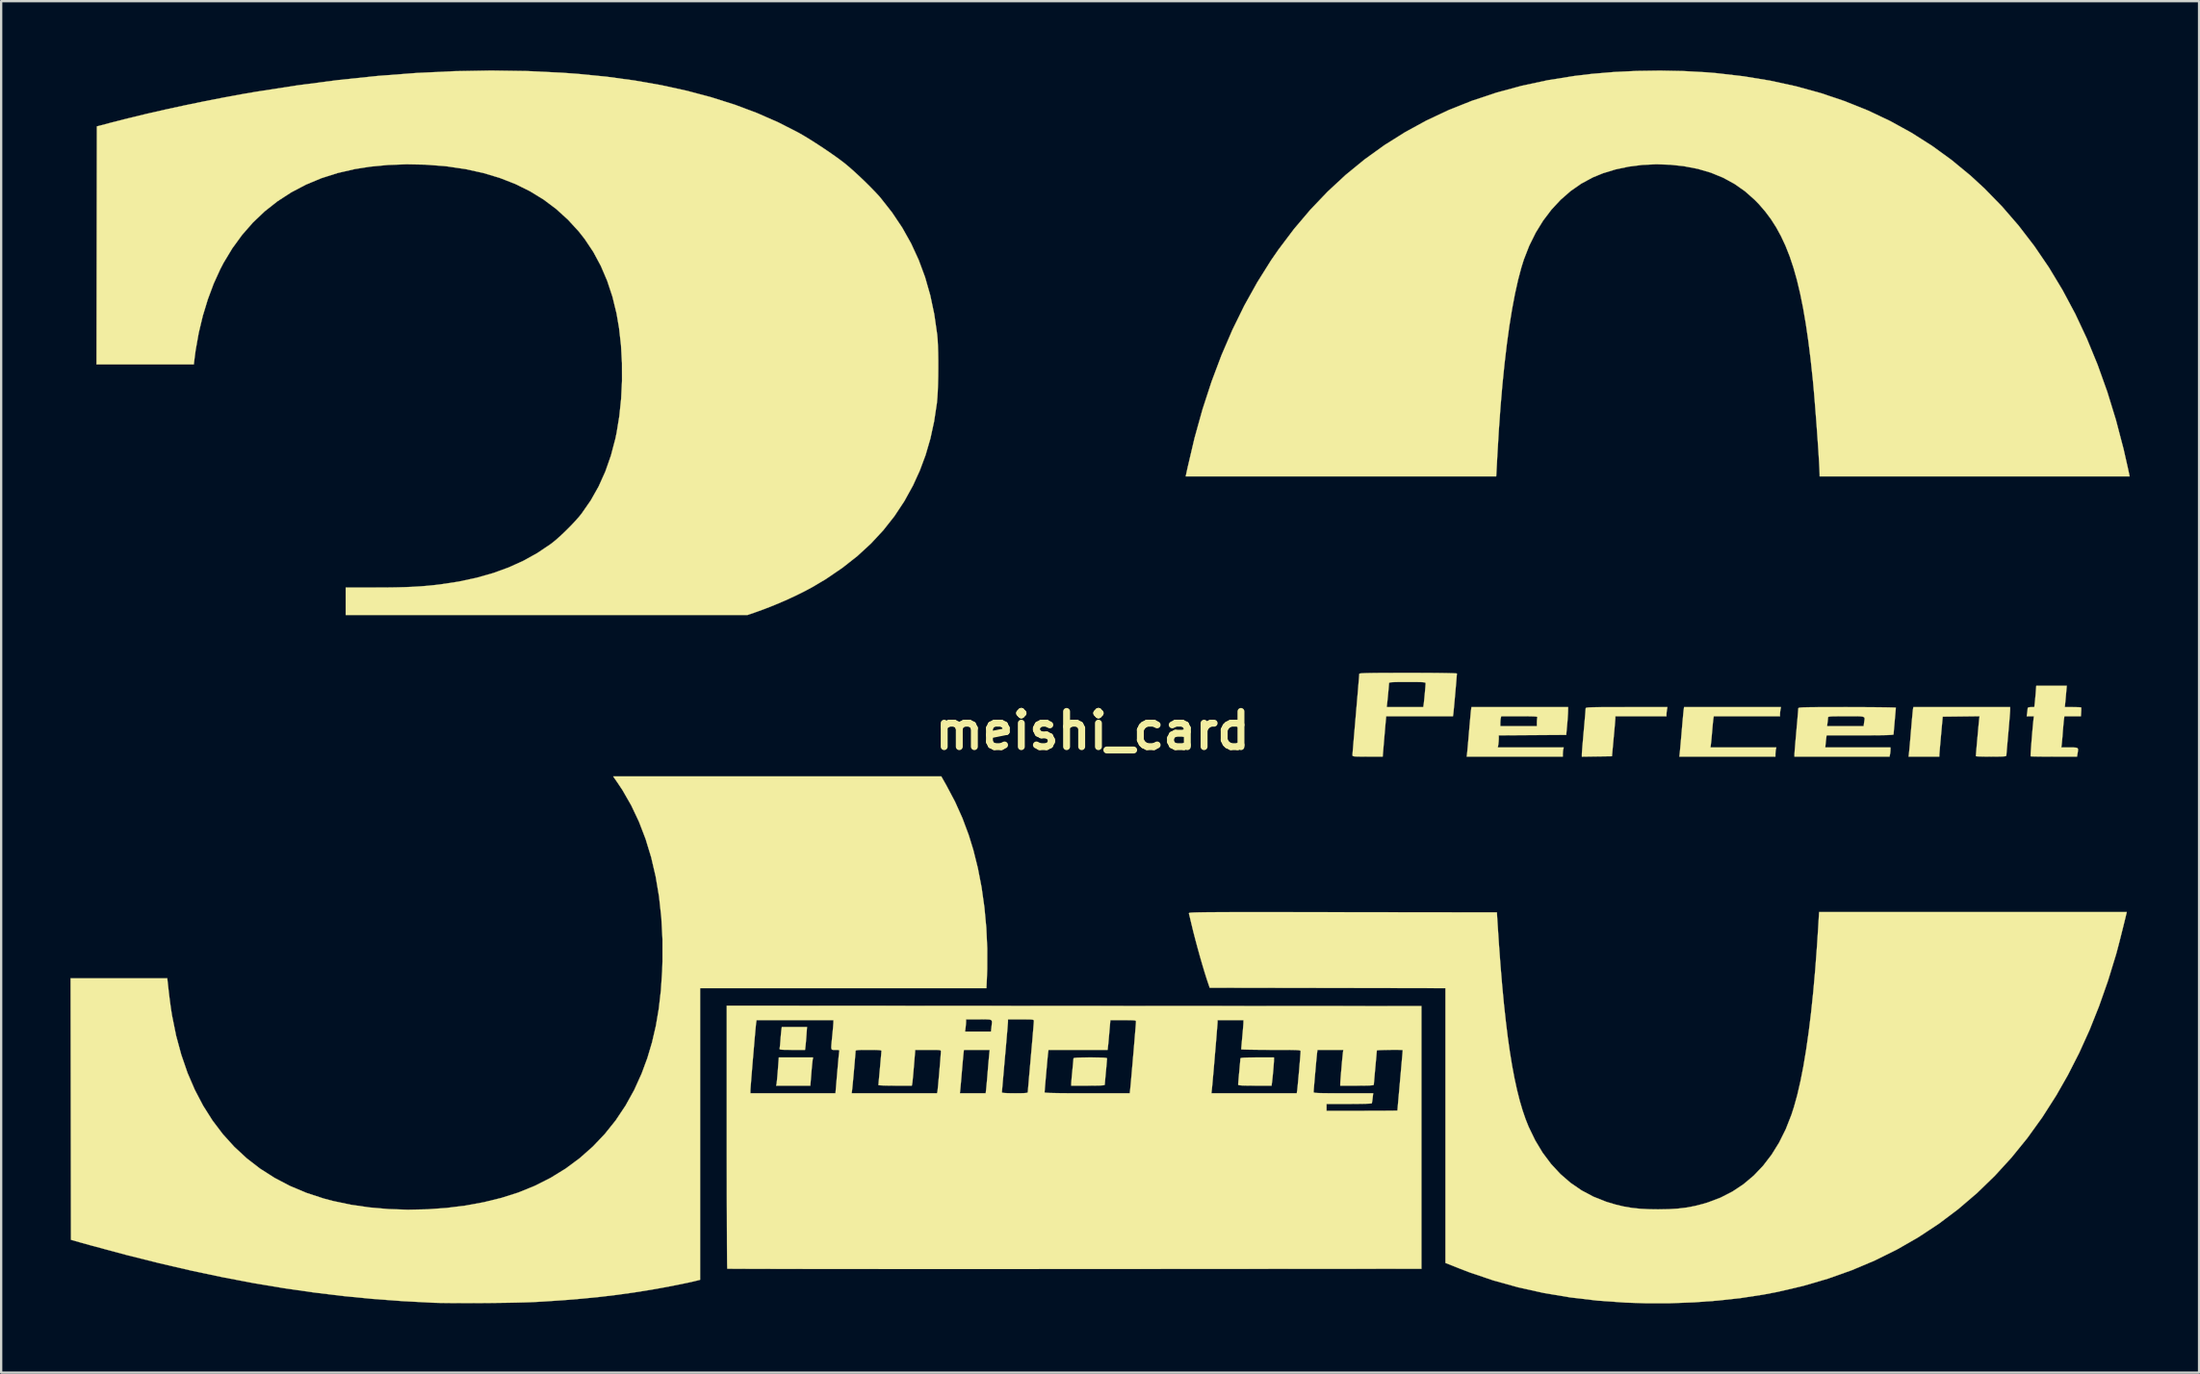
<source format=kicad_pcb>
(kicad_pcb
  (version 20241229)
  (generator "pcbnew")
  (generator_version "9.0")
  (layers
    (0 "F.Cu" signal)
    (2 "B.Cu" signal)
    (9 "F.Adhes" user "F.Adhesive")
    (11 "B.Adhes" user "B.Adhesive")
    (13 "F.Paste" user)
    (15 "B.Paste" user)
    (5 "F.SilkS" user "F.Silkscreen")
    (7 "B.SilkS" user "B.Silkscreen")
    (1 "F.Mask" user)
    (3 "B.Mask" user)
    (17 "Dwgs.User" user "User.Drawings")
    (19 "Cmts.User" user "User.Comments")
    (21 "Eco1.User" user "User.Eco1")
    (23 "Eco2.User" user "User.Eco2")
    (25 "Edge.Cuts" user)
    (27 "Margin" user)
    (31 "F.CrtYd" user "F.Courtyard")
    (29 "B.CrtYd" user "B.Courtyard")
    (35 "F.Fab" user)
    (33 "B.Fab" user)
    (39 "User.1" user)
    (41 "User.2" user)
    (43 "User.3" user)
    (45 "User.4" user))
  (footprint "meishi_card"
    (layer "F.Cu")
    (at 44.241 28.599)
    (property "Reference" "meishi_card" (at 0 0 0) (layer "F.SilkS") (effects (font (size 1.524 1.524) (thickness 0.3))))
    (attr through_hole)
    (fp_poly (pts (xy -12.117 14.259) (xy -12.126 14.329) (xy -12.139 14.45) (xy -12.154 14.608) (xy -12.17 14.788) (xy -12.176 14.869) (xy -12.217 15.372) (xy -13.697 15.372) (xy -13.679 15.298) (xy -13.671 15.24) (xy -13.659 15.13) (xy -13.645 14.981) (xy -13.63 14.804) (xy -13.621 14.687) (xy -13.58 14.151) (xy -12.099 14.151) (xy -12.117 14.259)) (stroke (width 0.01) (type solid)) (fill yes) (layer "F.SilkS"))
    (fp_poly (pts (xy -12.383 13.154) (xy -12.395 13.317) (xy -12.408 13.477) (xy -12.421 13.609) (xy -12.425 13.648) (xy -12.445 13.822) (xy -13.004 13.822) (xy -13.208 13.821) (xy -13.355 13.819) (xy -13.453 13.815) (xy -13.513 13.807) (xy -13.541 13.794) (xy -13.548 13.777) (xy -13.546 13.764) (xy -13.537 13.706) (xy -13.525 13.601) (xy -13.514 13.468) (xy -13.509 13.409) (xy -13.498 13.256) (xy -13.485 13.11) (xy -13.473 12.996) (xy -13.47 12.972) (xy -13.451 12.832) (xy -12.36 12.832) (xy -12.383 13.154)) (stroke (width 0.01) (type solid)) (fill yes) (layer "F.SilkS"))
    (fp_poly (pts (xy 7.851 14.261) (xy 7.848 14.342) (xy 7.839 14.472) (xy 7.826 14.633) (xy 7.81 14.809) (xy 7.794 14.983) (xy 7.777 15.137) (xy 7.766 15.232) (xy 7.748 15.372) (xy 7.024 15.372) (xy 6.776 15.371) (xy 6.587 15.368) (xy 6.451 15.363) (xy 6.363 15.355) (xy 6.315 15.344) (xy 6.301 15.331) (xy 6.304 15.285) (xy 6.312 15.186) (xy 6.324 15.046) (xy 6.339 14.876) (xy 6.35 14.762) (xy 6.366 14.58) (xy 6.381 14.42) (xy 6.392 14.294) (xy 6.398 14.214) (xy 6.399 14.193) (xy 6.414 14.179) (xy 6.464 14.168) (xy 6.555 14.16) (xy 6.693 14.155) (xy 6.884 14.152) (xy 7.125 14.151) (xy 7.851 14.151) (xy 7.851 14.261)) (stroke (width 0.01) (type solid)) (fill yes) (layer "F.SilkS"))
    (fp_poly (pts (xy 29.775 -0.92) (xy 29.76 -0.811) (xy 29.754 -0.722) (xy 29.754 -0.627) (xy 26.887 -0.627) (xy 26.87 -0.52) (xy 26.861 -0.445) (xy 26.848 -0.322) (xy 26.834 -0.168) (xy 26.819 0) (xy 26.804 0.175) (xy 26.789 0.342) (xy 26.775 0.481) (xy 26.765 0.569) (xy 26.746 0.726) (xy 29.597 0.726) (xy 29.577 0.8) (xy 29.563 0.884) (xy 29.557 0.988) (xy 29.557 0.998) (xy 29.556 1.122) (xy 25.398 1.122) (xy 25.416 0.965) (xy 25.424 0.887) (xy 25.436 0.755) (xy 25.452 0.581) (xy 25.47 0.376) (xy 25.49 0.152) (xy 25.5 0.033) (xy 25.519 -0.195) (xy 25.538 -0.409) (xy 25.555 -0.597) (xy 25.569 -0.749) (xy 25.58 -0.851) (xy 25.583 -0.882) (xy 25.602 -1.023) (xy 29.796 -1.023) (xy 29.775 -0.92)) (stroke (width 0.01) (type solid)) (fill yes) (layer "F.SilkS"))
    (fp_poly (pts (xy 0.15 14.152) (xy 0.339 14.155) (xy 0.475 14.16) (xy 0.564 14.168) (xy 0.612 14.179) (xy 0.626 14.193) (xy 0.623 14.238) (xy 0.615 14.337) (xy 0.603 14.478) (xy 0.588 14.648) (xy 0.577 14.762) (xy 0.56 14.943) (xy 0.546 15.103) (xy 0.535 15.23) (xy 0.529 15.31) (xy 0.528 15.331) (xy 0.513 15.345) (xy 0.463 15.356) (xy 0.372 15.363) (xy 0.235 15.368) (xy 0.044 15.371) (xy -0.198 15.372) (xy -0.924 15.372) (xy -0.923 15.281) (xy -0.919 15.216) (xy -0.91 15.101) (xy -0.897 14.948) (xy -0.88 14.774) (xy -0.874 14.712) (xy -0.857 14.539) (xy -0.843 14.388) (xy -0.832 14.272) (xy -0.826 14.204) (xy -0.826 14.193) (xy -0.81 14.179) (xy -0.76 14.168) (xy -0.669 14.16) (xy -0.531 14.155) (xy -0.339 14.152) (xy -0.099 14.151) (xy 0.15 14.152)) (stroke (width 0.01) (type solid)) (fill yes) (layer "F.SilkS"))
    (fp_poly (pts (xy 24.86 -0.899) (xy 24.846 -0.796) (xy 24.84 -0.708) (xy 24.84 -0.701) (xy 24.839 -0.627) (xy 22.629 -0.627) (xy 22.627 -0.536) (xy 22.623 -0.478) (xy 22.614 -0.365) (xy 22.601 -0.207) (xy 22.584 -0.015) (xy 22.564 0.2) (xy 22.552 0.33) (xy 22.481 1.105) (xy 21.829 1.114) (xy 21.178 1.123) (xy 21.178 1.025) (xy 21.181 0.968) (xy 21.189 0.854) (xy 21.201 0.693) (xy 21.218 0.496) (xy 21.237 0.271) (xy 21.259 0.028) (xy 21.26 0.013) (xy 21.282 -0.228) (xy 21.301 -0.45) (xy 21.318 -0.643) (xy 21.331 -0.799) (xy 21.339 -0.907) (xy 21.343 -0.96) (xy 21.343 -0.962) (xy 21.345 -0.975) (xy 21.356 -0.986) (xy 21.38 -0.996) (xy 21.422 -1.003) (xy 21.488 -1.009) (xy 21.584 -1.014) (xy 21.713 -1.017) (xy 21.882 -1.02) (xy 22.095 -1.021) (xy 22.358 -1.022) (xy 22.676 -1.022) (xy 23.054 -1.023) (xy 23.112 -1.023) (xy 24.881 -1.023) (xy 24.86 -0.899)) (stroke (width 0.01) (type solid)) (fill yes) (layer "F.SilkS"))
    (fp_poly (pts (xy 20.581 -0.849) (xy 20.577 -0.749) (xy 20.568 -0.602) (xy 20.556 -0.428) (xy 20.54 -0.249) (xy 20.54 -0.247) (xy 20.501 0.181) (xy 17.582 0.199) (xy 17.582 0.338) (xy 17.576 0.464) (xy 17.563 0.588) (xy 17.561 0.602) (xy 17.54 0.726) (xy 20.394 0.726) (xy 20.374 0.8) (xy 20.36 0.884) (xy 20.354 0.988) (xy 20.353 0.998) (xy 20.353 1.122) (xy 16.194 1.122) (xy 16.213 0.965) (xy 16.221 0.887) (xy 16.233 0.755) (xy 16.249 0.581) (xy 16.267 0.376) (xy 16.286 0.152) (xy 16.296 0.033) (xy 16.316 -0.195) (xy 16.316 -0.198) (xy 17.648 -0.198) (xy 19.231 -0.198) (xy 19.231 -0.36) (xy 19.235 -0.467) (xy 19.245 -0.551) (xy 19.251 -0.575) (xy 19.252 -0.591) (xy 19.235 -0.604) (xy 19.193 -0.613) (xy 19.118 -0.619) (xy 19.003 -0.623) (xy 18.842 -0.626) (xy 18.625 -0.627) (xy 18.48 -0.627) (xy 17.689 -0.627) (xy 17.669 -0.553) (xy 17.656 -0.472) (xy 17.649 -0.364) (xy 17.649 -0.338) (xy 17.648 -0.198) (xy 16.316 -0.198) (xy 16.335 -0.409) (xy 16.352 -0.597) (xy 16.366 -0.749) (xy 16.376 -0.851) (xy 16.38 -0.882) (xy 16.399 -1.023) (xy 20.584 -1.023) (xy 20.581 -0.849)) (stroke (width 0.01) (type solid)) (fill yes) (layer "F.SilkS"))
    (fp_poly (pts (xy 39.716 -0.909) (xy 39.713 -0.847) (xy 39.705 -0.729) (xy 39.692 -0.565) (xy 39.676 -0.364) (xy 39.657 -0.137) (xy 39.635 0.107) (xy 39.634 0.119) (xy 39.612 0.359) (xy 39.593 0.579) (xy 39.576 0.769) (xy 39.563 0.922) (xy 39.555 1.027) (xy 39.551 1.076) (xy 39.551 1.077) (xy 39.539 1.093) (xy 39.498 1.105) (xy 39.421 1.113) (xy 39.299 1.118) (xy 39.127 1.121) (xy 38.896 1.122) (xy 38.892 1.122) (xy 38.691 1.121) (xy 38.515 1.118) (xy 38.374 1.114) (xy 38.276 1.108) (xy 38.233 1.102) (xy 38.232 1.101) (xy 38.235 1.056) (xy 38.243 0.957) (xy 38.255 0.815) (xy 38.27 0.641) (xy 38.287 0.447) (xy 38.306 0.244) (xy 38.324 0.044) (xy 38.341 -0.143) (xy 38.356 -0.304) (xy 38.368 -0.429) (xy 38.376 -0.506) (xy 38.378 -0.52) (xy 38.393 -0.628) (xy 37.595 -0.619) (xy 36.797 -0.61) (xy 36.725 0.181) (xy 36.705 0.407) (xy 36.686 0.614) (xy 36.671 0.791) (xy 36.659 0.93) (xy 36.652 1.02) (xy 36.651 1.047) (xy 36.649 1.122) (xy 35.321 1.122) (xy 35.341 0.948) (xy 35.349 0.867) (xy 35.362 0.732) (xy 35.378 0.553) (xy 35.396 0.343) (xy 35.415 0.113) (xy 35.429 -0.049) (xy 35.449 -0.28) (xy 35.467 -0.491) (xy 35.484 -0.674) (xy 35.498 -0.818) (xy 35.508 -0.914) (xy 35.513 -0.948) (xy 35.528 -1.023) (xy 39.716 -1.023) (xy 39.716 -0.909)) (stroke (width 0.01) (type solid)) (fill yes) (layer "F.SilkS"))
    (fp_poly (pts (xy 42.144 -1.691) (xy 42.13 -1.53) (xy 42.115 -1.361) (xy 42.102 -1.229) (xy 42.082 -1.023) (xy 42.428 -1.023) (xy 42.572 -1.021) (xy 42.689 -1.018) (xy 42.765 -1.013) (xy 42.787 -1.009) (xy 42.793 -0.971) (xy 42.793 -0.888) (xy 42.789 -0.811) (xy 42.778 -0.627) (xy 42.064 -0.627) (xy 42.046 -0.503) (xy 42.036 -0.425) (xy 42.024 -0.297) (xy 42.01 -0.135) (xy 41.995 0.042) (xy 41.992 0.082) (xy 41.979 0.258) (xy 41.965 0.417) (xy 41.953 0.544) (xy 41.944 0.624) (xy 41.943 0.635) (xy 41.928 0.726) (xy 42.29 0.726) (xy 42.455 0.726) (xy 42.564 0.732) (xy 42.626 0.751) (xy 42.653 0.792) (xy 42.653 0.862) (xy 42.636 0.969) (xy 42.631 0.998) (xy 42.611 1.122) (xy 41.614 1.122) (xy 41.365 1.121) (xy 41.137 1.12) (xy 40.939 1.118) (xy 40.78 1.115) (xy 40.667 1.112) (xy 40.609 1.108) (xy 40.603 1.107) (xy 40.602 1.072) (xy 40.606 0.981) (xy 40.614 0.846) (xy 40.626 0.677) (xy 40.64 0.485) (xy 40.657 0.279) (xy 40.674 0.071) (xy 40.692 -0.129) (xy 40.709 -0.311) (xy 40.722 -0.437) (xy 40.742 -0.627) (xy 40.433 -0.627) (xy 40.454 -0.78) (xy 40.467 -0.881) (xy 40.474 -0.959) (xy 40.475 -0.978) (xy 40.502 -1.009) (xy 40.586 -1.022) (xy 40.619 -1.023) (xy 40.763 -1.023) (xy 40.782 -1.196) (xy 40.794 -1.313) (xy 40.808 -1.466) (xy 40.822 -1.627) (xy 40.824 -1.658) (xy 40.847 -1.946) (xy 42.167 -1.946) (xy 42.144 -1.691)) (stroke (width 0.01) (type solid)) (fill yes) (layer "F.SilkS"))
    (fp_poly (pts (xy 33.024 -1.022) (xy 33.37 -1.021) (xy 33.691 -1.019) (xy 33.98 -1.017) (xy 34.232 -1.014) (xy 34.443 -1.011) (xy 34.605 -1.007) (xy 34.715 -1.003) (xy 34.765 -0.999) (xy 34.768 -0.998) (xy 34.765 -0.958) (xy 34.757 -0.864) (xy 34.745 -0.728) (xy 34.73 -0.56) (xy 34.719 -0.429) (xy 34.703 -0.244) (xy 34.688 -0.081) (xy 34.678 0.048) (xy 34.671 0.132) (xy 34.67 0.157) (xy 34.656 0.167) (xy 34.613 0.176) (xy 34.536 0.182) (xy 34.419 0.188) (xy 34.259 0.192) (xy 34.05 0.195) (xy 33.787 0.197) (xy 33.467 0.198) (xy 33.22 0.198) (xy 31.771 0.198) (xy 31.753 0.338) (xy 31.739 0.463) (xy 31.726 0.586) (xy 31.725 0.602) (xy 31.714 0.726) (xy 34.537 0.726) (xy 34.537 0.821) (xy 34.53 0.926) (xy 34.517 1.018) (xy 34.496 1.122) (xy 30.381 1.122) (xy 30.381 1.025) (xy 30.384 0.967) (xy 30.392 0.853) (xy 30.405 0.693) (xy 30.421 0.496) (xy 30.441 0.271) (xy 30.462 0.028) (xy 30.464 0.013) (xy 30.482 -0.198) (xy 31.791 -0.198) (xy 33.374 -0.198) (xy 33.395 -0.351) (xy 33.408 -0.437) (xy 33.417 -0.503) (xy 33.414 -0.552) (xy 33.391 -0.586) (xy 33.342 -0.608) (xy 33.26 -0.621) (xy 33.136 -0.626) (xy 32.964 -0.627) (xy 32.736 -0.627) (xy 32.624 -0.627) (xy 32.376 -0.627) (xy 32.185 -0.625) (xy 32.045 -0.623) (xy 31.948 -0.618) (xy 31.886 -0.61) (xy 31.851 -0.6) (xy 31.836 -0.585) (xy 31.832 -0.566) (xy 31.832 -0.565) (xy 31.828 -0.496) (xy 31.817 -0.394) (xy 31.811 -0.351) (xy 31.791 -0.198) (xy 30.482 -0.198) (xy 30.485 -0.228) (xy 30.505 -0.45) (xy 30.521 -0.643) (xy 30.534 -0.799) (xy 30.543 -0.907) (xy 30.546 -0.96) (xy 30.546 -0.962) (xy 30.548 -0.974) (xy 30.558 -0.985) (xy 30.58 -0.993) (xy 30.62 -1.001) (xy 30.681 -1.007) (xy 30.768 -1.012) (xy 30.888 -1.015) (xy 31.043 -1.018) (xy 31.239 -1.02) (xy 31.481 -1.021) (xy 31.773 -1.022) (xy 32.12 -1.022) (xy 32.527 -1.023) (xy 32.657 -1.023) (xy 33.024 -1.022)) (stroke (width 0.01) (type solid)) (fill yes) (layer "F.SilkS"))
    (fp_poly (pts (xy 14.11 -2.507) (xy 14.514 -2.505) (xy 14.865 -2.503) (xy 15.162 -2.499) (xy 15.402 -2.495) (xy 15.584 -2.49) (xy 15.705 -2.484) (xy 15.763 -2.478) (xy 15.768 -2.475) (xy 15.765 -2.426) (xy 15.757 -2.323) (xy 15.745 -2.176) (xy 15.73 -1.997) (xy 15.713 -1.798) (xy 15.694 -1.588) (xy 15.676 -1.381) (xy 15.658 -1.186) (xy 15.642 -1.015) (xy 15.629 -0.879) (xy 15.62 -0.79) (xy 15.618 -0.767) (xy 15.599 -0.627) (xy 12.709 -0.627) (xy 12.689 -0.421) (xy 12.68 -0.323) (xy 12.667 -0.173) (xy 12.651 0.013) (xy 12.633 0.223) (xy 12.614 0.442) (xy 12.613 0.454) (xy 12.557 1.122) (xy 11.903 1.122) (xy 11.679 1.121) (xy 11.513 1.119) (xy 11.396 1.116) (xy 11.319 1.109) (xy 11.275 1.099) (xy 11.254 1.085) (xy 11.249 1.065) (xy 11.249 1.063) (xy 11.251 1.02) (xy 11.259 0.917) (xy 11.272 0.761) (xy 11.289 0.559) (xy 11.309 0.317) (xy 11.333 0.04) (xy 11.359 -0.263) (xy 11.387 -0.588) (xy 11.397 -0.707) (xy 11.424 -1.023) (xy 12.731 -1.023) (xy 14.313 -1.023) (xy 14.33 -1.13) (xy 14.34 -1.206) (xy 14.353 -1.327) (xy 14.368 -1.476) (xy 14.383 -1.638) (xy 14.397 -1.794) (xy 14.408 -1.928) (xy 14.414 -2.023) (xy 14.415 -2.055) (xy 14.411 -2.073) (xy 14.391 -2.086) (xy 14.349 -2.096) (xy 14.278 -2.103) (xy 14.169 -2.108) (xy 14.014 -2.11) (xy 13.807 -2.111) (xy 13.624 -2.111) (xy 13.369 -2.111) (xy 13.174 -2.109) (xy 13.03 -2.105) (xy 12.931 -2.099) (xy 12.87 -2.09) (xy 12.839 -2.078) (xy 12.832 -2.065) (xy 12.829 -2.012) (xy 12.82 -1.909) (xy 12.808 -1.772) (xy 12.793 -1.615) (xy 12.778 -1.456) (xy 12.763 -1.308) (xy 12.75 -1.189) (xy 12.749 -1.179) (xy 12.731 -1.023) (xy 11.424 -1.023) (xy 11.426 -1.038) (xy 11.452 -1.349) (xy 11.477 -1.634) (xy 11.498 -1.887) (xy 11.516 -2.103) (xy 11.531 -2.273) (xy 11.54 -2.393) (xy 11.545 -2.456) (xy 11.545 -2.463) (xy 11.555 -2.472) (xy 11.588 -2.48) (xy 11.648 -2.487) (xy 11.739 -2.492) (xy 11.866 -2.497) (xy 12.032 -2.5) (xy 12.243 -2.503) (xy 12.502 -2.505) (xy 12.814 -2.506) (xy 13.183 -2.507) (xy 13.613 -2.507) (xy 13.657 -2.507) (xy 14.11 -2.507)) (stroke (width 0.01) (type solid)) (fill yes) (layer "F.SilkS"))
    (fp_poly (pts (xy -6.548 1.979) (xy -6.328 2.367) (xy -5.954 3.073) (xy -5.634 3.785) (xy -5.36 4.52) (xy -5.162 5.162) (xy -4.965 5.953) (xy -4.804 6.786) (xy -4.682 7.651) (xy -4.6 8.535) (xy -4.559 9.426) (xy -4.56 10.312) (xy -4.574 10.699) (xy -4.595 11.15) (xy -16.988 11.15) (xy -16.988 23.781) (xy -17.112 23.813) (xy -17.272 23.852) (xy -17.485 23.9) (xy -17.739 23.953) (xy -18.021 24.01) (xy -18.319 24.068) (xy -18.622 24.125) (xy -18.916 24.178) (xy -19.117 24.213) (xy -19.849 24.33) (xy -20.584 24.433) (xy -21.334 24.522) (xy -22.109 24.599) (xy -22.923 24.666) (xy -23.786 24.723) (xy -24.114 24.741) (xy -24.333 24.751) (xy -24.608 24.76) (xy -24.929 24.768) (xy -25.286 24.775) (xy -25.669 24.78) (xy -26.068 24.785) (xy -26.473 24.788) (xy -26.875 24.79) (xy -27.264 24.79) (xy -27.63 24.789) (xy -27.963 24.786) (xy -28.253 24.782) (xy -28.491 24.776) (xy -28.567 24.773) (xy -29.862 24.705) (xy -31.147 24.61) (xy -32.43 24.485) (xy -33.715 24.329) (xy -35.009 24.143) (xy -36.317 23.924) (xy -37.647 23.671) (xy -39.004 23.385) (xy -40.395 23.062) (xy -41.824 22.704) (xy -43.299 22.307) (xy -43.774 22.175) (xy -44.219 22.049) (xy -44.236 10.721) (xy -40.051 10.721) (xy -40.031 10.91) (xy -39.986 11.311) (xy -39.94 11.685) (xy -39.894 12.02) (xy -39.85 12.303) (xy -39.844 12.337) (xy -39.668 13.209) (xy -39.444 14.035) (xy -39.175 14.817) (xy -38.859 15.552) (xy -38.499 16.24) (xy -38.093 16.882) (xy -37.643 17.476) (xy -37.149 18.022) (xy -36.611 18.52) (xy -36.031 18.968) (xy -35.407 19.366) (xy -34.742 19.715) (xy -34.034 20.013) (xy -33.286 20.259) (xy -32.875 20.368) (xy -32.104 20.53) (xy -31.301 20.646) (xy -30.477 20.718) (xy -29.64 20.746) (xy -28.8 20.729) (xy -27.965 20.669) (xy -27.145 20.567) (xy -26.349 20.421) (xy -25.586 20.233) (xy -24.865 20.004) (xy -24.864 20.004) (xy -24.138 19.709) (xy -23.451 19.361) (xy -22.803 18.961) (xy -22.197 18.511) (xy -21.633 18.012) (xy -21.114 17.466) (xy -20.641 16.875) (xy -20.216 16.238) (xy -19.84 15.56) (xy -19.517 14.844) (xy -19.272 14.181) (xy -19.068 13.496) (xy -18.903 12.784) (xy -18.776 12.037) (xy -18.685 11.25) (xy -18.63 10.415) (xy -18.616 9.995) (xy -18.616 9.025) (xy -18.666 8.087) (xy -18.765 7.183) (xy -18.911 6.314) (xy -19.105 5.483) (xy -19.346 4.692) (xy -19.633 3.942) (xy -19.967 3.236) (xy -20.346 2.575) (xy -20.572 2.235) (xy -20.75 1.979) (xy -6.548 1.979)) (stroke (width 0.01) (type solid)) (fill yes) (layer "F.SilkS"))
    (fp_poly (pts (xy 25.566 -28.572) (xy 26.544 -28.519) (xy 26.983 -28.483) (xy 28.177 -28.345) (xy 29.332 -28.155) (xy 30.447 -27.912) (xy 31.523 -27.616) (xy 32.561 -27.266) (xy 33.56 -26.864) (xy 34.522 -26.408) (xy 35.446 -25.899) (xy 36.333 -25.336) (xy 37.182 -24.719) (xy 37.996 -24.048) (xy 38.609 -23.483) (xy 39.367 -22.705) (xy 40.084 -21.876) (xy 40.76 -20.996) (xy 41.393 -20.067) (xy 41.983 -19.088) (xy 42.532 -18.06) (xy 43.037 -16.983) (xy 43.499 -15.859) (xy 43.918 -14.687) (xy 44.293 -13.468) (xy 44.625 -12.202) (xy 44.809 -11.389) (xy 44.888 -11.018) (xy 31.47 -11.018) (xy 31.47 -11.097) (xy 31.467 -11.213) (xy 31.459 -11.387) (xy 31.447 -11.611) (xy 31.431 -11.878) (xy 31.412 -12.178) (xy 31.39 -12.505) (xy 31.365 -12.85) (xy 31.34 -13.206) (xy 31.313 -13.565) (xy 31.285 -13.919) (xy 31.258 -14.26) (xy 31.232 -14.58) (xy 31.206 -14.872) (xy 31.183 -15.126) (xy 31.171 -15.24) (xy 31.079 -16.098) (xy 30.979 -16.893) (xy 30.871 -17.63) (xy 30.754 -18.311) (xy 30.627 -18.939) (xy 30.489 -19.519) (xy 30.338 -20.053) (xy 30.174 -20.545) (xy 29.995 -20.998) (xy 29.801 -21.416) (xy 29.59 -21.802) (xy 29.362 -22.159) (xy 29.114 -22.49) (xy 28.847 -22.8) (xy 28.663 -22.989) (xy 28.242 -23.363) (xy 27.786 -23.683) (xy 27.294 -23.952) (xy 26.765 -24.169) (xy 26.196 -24.336) (xy 25.585 -24.453) (xy 25.012 -24.515) (xy 24.402 -24.535) (xy 23.795 -24.507) (xy 23.201 -24.431) (xy 22.63 -24.31) (xy 22.091 -24.145) (xy 21.649 -23.964) (xy 21.154 -23.697) (xy 20.69 -23.373) (xy 20.258 -22.996) (xy 19.86 -22.567) (xy 19.5 -22.091) (xy 19.18 -21.571) (xy 18.901 -21.008) (xy 18.667 -20.408) (xy 18.56 -20.065) (xy 18.417 -19.527) (xy 18.283 -18.924) (xy 18.157 -18.258) (xy 18.039 -17.53) (xy 17.93 -16.74) (xy 17.83 -15.891) (xy 17.738 -14.982) (xy 17.656 -14.016) (xy 17.583 -12.994) (xy 17.519 -11.915) (xy 17.513 -11.801) (xy 17.471 -11.018) (xy 4.031 -11.018) (xy 4.111 -11.389) (xy 4.412 -12.674) (xy 4.757 -13.915) (xy 5.146 -15.11) (xy 5.577 -16.259) (xy 6.051 -17.361) (xy 6.567 -18.414) (xy 7.125 -19.417) (xy 7.723 -20.371) (xy 8.049 -20.843) (xy 8.718 -21.731) (xy 9.425 -22.565) (xy 10.169 -23.345) (xy 10.951 -24.071) (xy 11.771 -24.742) (xy 12.628 -25.36) (xy 13.524 -25.923) (xy 14.457 -26.433) (xy 15.428 -26.889) (xy 16.437 -27.29) (xy 17.484 -27.638) (xy 18.569 -27.932) (xy 19.692 -28.173) (xy 20.854 -28.359) (xy 21.606 -28.449) (xy 22.563 -28.53) (xy 23.555 -28.577) (xy 24.563 -28.591) (xy 25.566 -28.572)) (stroke (width 0.01) (type solid)) (fill yes) (layer "F.SilkS"))
    (fp_poly (pts (xy 44.747 7.925) (xy 44.699 8.126) (xy 44.642 8.358) (xy 44.58 8.608) (xy 44.516 8.863) (xy 44.454 9.11) (xy 44.395 9.335) (xy 44.345 9.526) (xy 44.306 9.67) (xy 44.298 9.698) (xy 43.948 10.839) (xy 43.566 11.926) (xy 43.152 12.964) (xy 42.702 13.958) (xy 42.215 14.913) (xy 41.719 15.784) (xy 41.111 16.738) (xy 40.463 17.639) (xy 39.775 18.487) (xy 39.047 19.283) (xy 38.28 20.026) (xy 37.474 20.716) (xy 36.629 21.353) (xy 35.745 21.936) (xy 34.823 22.466) (xy 33.863 22.942) (xy 32.865 23.364) (xy 31.83 23.732) (xy 30.758 24.046) (xy 29.649 24.305) (xy 29.029 24.423) (xy 28.07 24.57) (xy 27.068 24.681) (xy 26.038 24.757) (xy 24.992 24.796) (xy 23.943 24.797) (xy 23.074 24.769) (xy 21.856 24.683) (xy 20.676 24.544) (xy 19.533 24.353) (xy 18.426 24.108) (xy 17.353 23.81) (xy 16.313 23.458) (xy 15.859 23.283) (xy 15.273 23.05) (xy 15.273 11.15) (xy 10.172 11.141) (xy 5.07 11.133) (xy 5.024 11.001) (xy 4.942 10.756) (xy 4.849 10.46) (xy 4.749 10.127) (xy 4.646 9.77) (xy 4.545 9.404) (xy 4.448 9.043) (xy 4.359 8.699) (xy 4.29 8.412) (xy 4.25 8.245) (xy 4.215 8.097) (xy 4.187 7.983) (xy 4.171 7.917) (xy 4.169 7.909) (xy 4.169 7.902) (xy 4.176 7.896) (xy 4.191 7.89) (xy 4.219 7.885) (xy 4.261 7.88) (xy 4.32 7.876) (xy 4.398 7.872) (xy 4.499 7.869) (xy 4.625 7.866) (xy 4.779 7.864) (xy 4.963 7.861) (xy 5.18 7.86) (xy 5.433 7.858) (xy 5.724 7.857) (xy 6.056 7.856) (xy 6.432 7.856) (xy 6.854 7.856) (xy 7.325 7.856) (xy 7.848 7.856) (xy 8.425 7.856) (xy 9.059 7.857) (xy 9.752 7.858) (xy 10.508 7.859) (xy 10.826 7.859) (xy 17.5 7.867) (xy 17.523 8.247) (xy 17.588 9.236) (xy 17.656 10.162) (xy 17.728 11.026) (xy 17.804 11.832) (xy 17.886 12.581) (xy 17.971 13.276) (xy 18.063 13.92) (xy 18.16 14.513) (xy 18.263 15.06) (xy 18.372 15.562) (xy 18.488 16.021) (xy 18.611 16.44) (xy 18.742 16.822) (xy 18.872 17.148) (xy 19.156 17.737) (xy 19.479 18.275) (xy 19.843 18.762) (xy 20.245 19.196) (xy 20.685 19.578) (xy 21.162 19.906) (xy 21.674 20.179) (xy 22.222 20.397) (xy 22.28 20.416) (xy 22.643 20.524) (xy 22.991 20.607) (xy 23.34 20.666) (xy 23.707 20.705) (xy 24.108 20.726) (xy 24.476 20.731) (xy 24.928 20.723) (xy 25.332 20.698) (xy 25.704 20.653) (xy 26.061 20.586) (xy 26.418 20.495) (xy 26.637 20.429) (xy 27.185 20.221) (xy 27.699 19.957) (xy 28.177 19.638) (xy 28.619 19.266) (xy 29.023 18.841) (xy 29.389 18.364) (xy 29.716 17.837) (xy 30.003 17.26) (xy 30.249 16.634) (xy 30.358 16.296) (xy 30.503 15.773) (xy 30.639 15.185) (xy 30.767 14.534) (xy 30.886 13.819) (xy 30.997 13.043) (xy 31.1 12.205) (xy 31.194 11.307) (xy 31.279 10.35) (xy 31.355 9.334) (xy 31.408 8.519) (xy 31.447 7.851) (xy 44.765 7.851) (xy 44.747 7.925)) (stroke (width 0.01) (type solid)) (fill yes) (layer "F.SilkS"))
    (fp_poly (pts (xy -24.481 -28.572) (xy -22.961 -28.499) (xy -22.283 -28.45) (xy -21.031 -28.327) (xy -19.825 -28.163) (xy -18.667 -27.96) (xy -17.556 -27.717) (xy -16.494 -27.434) (xy -15.482 -27.113) (xy -14.52 -26.752) (xy -13.611 -26.353) (xy -12.754 -25.916) (xy -12.684 -25.877) (xy -12.45 -25.741) (xy -12.183 -25.577) (xy -11.896 -25.393) (xy -11.603 -25.2) (xy -11.317 -25.005) (xy -11.053 -24.818) (xy -10.824 -24.648) (xy -10.704 -24.555) (xy -10.515 -24.396) (xy -10.299 -24.204) (xy -10.067 -23.989) (xy -9.833 -23.765) (xy -9.608 -23.541) (xy -9.404 -23.331) (xy -9.233 -23.146) (xy -9.172 -23.074) (xy -8.677 -22.444) (xy -8.238 -21.788) (xy -7.855 -21.105) (xy -7.527 -20.392) (xy -7.25 -19.645) (xy -7.026 -18.861) (xy -6.852 -18.039) (xy -6.728 -17.174) (xy -6.724 -17.137) (xy -6.706 -16.928) (xy -6.693 -16.666) (xy -6.684 -16.365) (xy -6.679 -16.036) (xy -6.679 -15.693) (xy -6.682 -15.35) (xy -6.69 -15.017) (xy -6.701 -14.71) (xy -6.717 -14.44) (xy -6.736 -14.22) (xy -6.74 -14.184) (xy -6.859 -13.396) (xy -7.021 -12.651) (xy -7.227 -11.943) (xy -7.48 -11.264) (xy -7.773 -10.622) (xy -8.149 -9.94) (xy -8.576 -9.294) (xy -9.057 -8.684) (xy -9.591 -8.109) (xy -10.18 -7.567) (xy -10.826 -7.058) (xy -11.528 -6.579) (xy -12.097 -6.239) (xy -12.463 -6.042) (xy -12.875 -5.838) (xy -13.318 -5.635) (xy -13.774 -5.441) (xy -14.225 -5.264) (xy -14.634 -5.116) (xy -14.934 -5.014) (xy -32.327 -5.014) (xy -32.327 -6.202) (xy -31.099 -6.202) (xy -30.603 -6.203) (xy -30.164 -6.209) (xy -29.77 -6.219) (xy -29.412 -6.234) (xy -29.08 -6.254) (xy -28.763 -6.28) (xy -28.452 -6.312) (xy -28.266 -6.334) (xy -27.444 -6.458) (xy -26.673 -6.623) (xy -25.95 -6.827) (xy -25.272 -7.073) (xy -24.635 -7.362) (xy -24.036 -7.694) (xy -23.473 -8.072) (xy -23.421 -8.11) (xy -23.244 -8.252) (xy -23.04 -8.433) (xy -22.823 -8.639) (xy -22.605 -8.856) (xy -22.4 -9.073) (xy -22.222 -9.274) (xy -22.115 -9.408) (xy -21.723 -9.972) (xy -21.381 -10.578) (xy -21.09 -11.226) (xy -20.848 -11.916) (xy -20.655 -12.65) (xy -20.603 -12.898) (xy -20.485 -13.622) (xy -20.406 -14.378) (xy -20.368 -15.152) (xy -20.37 -15.929) (xy -20.412 -16.695) (xy -20.495 -17.435) (xy -20.605 -18.077) (xy -20.782 -18.801) (xy -21.009 -19.487) (xy -21.285 -20.132) (xy -21.609 -20.736) (xy -21.981 -21.294) (xy -22.239 -21.623) (xy -22.708 -22.134) (xy -23.216 -22.595) (xy -23.764 -23.007) (xy -24.354 -23.368) (xy -24.985 -23.68) (xy -25.66 -23.943) (xy -26.377 -24.158) (xy -27.139 -24.325) (xy -27.946 -24.444) (xy -28.082 -24.458) (xy -28.886 -24.519) (xy -29.694 -24.534) (xy -30.492 -24.505) (xy -31.267 -24.431) (xy -31.931 -24.327) (xy -32.674 -24.156) (xy -33.381 -23.931) (xy -34.051 -23.651) (xy -34.684 -23.318) (xy -35.278 -22.933) (xy -35.832 -22.497) (xy -36.343 -22.011) (xy -36.812 -21.475) (xy -37.237 -20.891) (xy -37.617 -20.26) (xy -37.757 -19.99) (xy -38.043 -19.362) (xy -38.295 -18.685) (xy -38.512 -17.973) (xy -38.689 -17.235) (xy -38.823 -16.483) (xy -38.864 -16.177) (xy -38.902 -15.867) (xy -43.114 -15.867) (xy -43.106 -21.021) (xy -43.098 -26.175) (xy -42.504 -26.332) (xy -41.758 -26.522) (xy -40.961 -26.715) (xy -40.129 -26.905) (xy -39.276 -27.09) (xy -38.417 -27.267) (xy -37.567 -27.433) (xy -36.742 -27.584) (xy -36.22 -27.673) (xy -34.421 -27.952) (xy -32.663 -28.181) (xy -30.947 -28.36) (xy -29.272 -28.488) (xy -27.636 -28.566) (xy -26.039 -28.594) (xy -24.481 -28.572)) (stroke (width 0.01) (type solid)) (fill yes) (layer "F.SilkS"))
    (fp_poly (pts (xy -0.8 11.917) (xy 14.234 11.925) (xy 14.234 23.305) (xy -0.778 23.314) (xy -1.77 23.314) (xy -2.745 23.315) (xy -3.701 23.315) (xy -4.637 23.315) (xy -5.55 23.315) (xy -6.438 23.315) (xy -7.299 23.315) (xy -8.131 23.315) (xy -8.931 23.315) (xy -9.699 23.314) (xy -10.431 23.314) (xy -11.125 23.313) (xy -11.781 23.313) (xy -12.394 23.312) (xy -12.964 23.311) (xy -13.489 23.31) (xy -13.965 23.309) (xy -14.392 23.308) (xy -14.767 23.307) (xy -15.088 23.306) (xy -15.353 23.305) (xy -15.56 23.304) (xy -15.706 23.302) (xy -15.791 23.301) (xy -15.812 23.3) (xy -15.814 23.265) (xy -15.816 23.168) (xy -15.819 23.011) (xy -15.821 22.799) (xy -15.823 22.534) (xy -15.825 22.22) (xy -15.826 21.86) (xy -15.828 21.458) (xy -15.829 21.017) (xy -15.831 20.541) (xy -15.832 20.032) (xy -15.832 19.495) (xy -15.833 18.932) (xy -15.834 18.348) (xy -15.834 17.744) (xy -15.834 17.593) (xy -15.834 15.597) (xy -14.811 15.597) (xy -14.811 15.702) (xy -11.128 15.702) (xy -10.428 15.702) (xy -6.731 15.702) (xy -5.744 15.702) (xy -4.626 15.702) (xy -4.622 15.671) (xy -3.925 15.671) (xy -3.894 15.682) (xy -3.804 15.691) (xy -3.665 15.698) (xy -3.484 15.701) (xy -3.365 15.702) (xy -3.148 15.701) (xy -2.991 15.697) (xy -2.886 15.69) (xy -2.826 15.679) (xy -2.807 15.666) (xy -2.078 15.666) (xy -2.056 15.674) (xy -1.986 15.681) (xy -1.867 15.688) (xy -1.695 15.692) (xy -1.469 15.696) (xy -1.186 15.699) (xy -0.843 15.701) (xy -0.437 15.702) (xy -0.234 15.702) (xy 1.61 15.702) (xy 5.144 15.702) (xy 8.838 15.702) (xy 8.845 15.655) (xy 9.566 15.655) (xy 9.575 15.667) (xy 9.603 15.677) (xy 9.658 15.685) (xy 9.745 15.691) (xy 9.87 15.695) (xy 10.038 15.698) (xy 10.254 15.7) (xy 10.526 15.702) (xy 10.856 15.702) (xy 12.146 15.702) (xy 12.122 15.908) (xy 12.108 16.02) (xy 12.094 16.104) (xy 12.084 16.139) (xy 12.049 16.145) (xy 11.955 16.151) (xy 11.813 16.156) (xy 11.629 16.16) (xy 11.413 16.162) (xy 11.172 16.164) (xy 11.098 16.164) (xy 10.127 16.164) (xy 10.127 16.461) (xy 11.661 16.461) (xy 11.972 16.46) (xy 12.262 16.46) (xy 12.524 16.459) (xy 12.752 16.457) (xy 12.94 16.456) (xy 13.08 16.454) (xy 13.168 16.452) (xy 13.195 16.45) (xy 13.198 16.416) (xy 13.206 16.324) (xy 13.218 16.179) (xy 13.235 15.991) (xy 13.255 15.764) (xy 13.278 15.508) (xy 13.303 15.228) (xy 13.31 15.141) (xy 13.336 14.856) (xy 13.359 14.591) (xy 13.38 14.355) (xy 13.398 14.155) (xy 13.412 13.997) (xy 13.421 13.888) (xy 13.425 13.835) (xy 13.426 13.832) (xy 13.395 13.826) (xy 13.311 13.822) (xy 13.188 13.821) (xy 13.037 13.82) (xy 12.873 13.822) (xy 12.709 13.825) (xy 12.556 13.828) (xy 12.429 13.833) (xy 12.341 13.839) (xy 12.304 13.846) (xy 12.304 13.846) (xy 12.301 13.885) (xy 12.292 13.98) (xy 12.28 14.12) (xy 12.264 14.297) (xy 12.246 14.499) (xy 12.238 14.58) (xy 12.219 14.791) (xy 12.202 14.981) (xy 12.188 15.14) (xy 12.178 15.257) (xy 12.173 15.322) (xy 12.173 15.331) (xy 12.157 15.345) (xy 12.107 15.356) (xy 12.017 15.363) (xy 11.879 15.368) (xy 11.687 15.371) (xy 11.446 15.372) (xy 10.721 15.372) (xy 10.721 15.291) (xy 10.724 15.228) (xy 10.732 15.113) (xy 10.744 14.96) (xy 10.758 14.78) (xy 10.775 14.589) (xy 10.791 14.4) (xy 10.807 14.225) (xy 10.822 14.079) (xy 10.833 13.975) (xy 10.836 13.945) (xy 10.854 13.822) (xy 9.735 13.822) (xy 9.716 13.962) (xy 9.709 14.031) (xy 9.697 14.151) (xy 9.681 14.311) (xy 9.664 14.499) (xy 9.646 14.704) (xy 9.627 14.914) (xy 9.609 15.118) (xy 9.593 15.305) (xy 9.58 15.463) (xy 9.571 15.581) (xy 9.566 15.648) (xy 9.566 15.655) (xy 8.845 15.655) (xy 8.855 15.595) (xy 8.862 15.534) (xy 8.874 15.419) (xy 8.889 15.263) (xy 8.906 15.077) (xy 8.925 14.872) (xy 8.944 14.66) (xy 8.961 14.452) (xy 8.978 14.259) (xy 8.991 14.094) (xy 9.001 13.968) (xy 9.005 13.892) (xy 9.006 13.879) (xy 9.002 13.865) (xy 8.988 13.853) (xy 8.956 13.843) (xy 8.902 13.836) (xy 8.818 13.83) (xy 8.699 13.827) (xy 8.539 13.824) (xy 8.332 13.822) (xy 8.071 13.822) (xy 7.752 13.822) (xy 7.719 13.822) (xy 7.435 13.821) (xy 7.173 13.819) (xy 6.939 13.816) (xy 6.742 13.813) (xy 6.587 13.809) (xy 6.482 13.804) (xy 6.435 13.798) (xy 6.433 13.797) (xy 6.436 13.757) (xy 6.444 13.663) (xy 6.456 13.527) (xy 6.471 13.361) (xy 6.482 13.244) (xy 6.499 13.058) (xy 6.513 12.888) (xy 6.524 12.749) (xy 6.53 12.655) (xy 6.531 12.626) (xy 6.531 12.535) (xy 5.41 12.535) (xy 5.41 12.616) (xy 5.407 12.665) (xy 5.399 12.772) (xy 5.387 12.928) (xy 5.371 13.125) (xy 5.353 13.353) (xy 5.332 13.605) (xy 5.309 13.872) (xy 5.286 14.145) (xy 5.263 14.417) (xy 5.241 14.679) (xy 5.219 14.922) (xy 5.2 15.138) (xy 5.184 15.318) (xy 5.171 15.454) (xy 5.163 15.538) (xy 5.162 15.545) (xy 5.144 15.702) (xy 1.61 15.702) (xy 1.631 15.512) (xy 1.639 15.429) (xy 1.652 15.293) (xy 1.668 15.114) (xy 1.687 14.899) (xy 1.708 14.658) (xy 1.731 14.398) (xy 1.754 14.127) (xy 1.778 13.855) (xy 1.8 13.589) (xy 1.821 13.338) (xy 1.84 13.111) (xy 1.856 12.915) (xy 1.869 12.759) (xy 1.877 12.651) (xy 1.88 12.601) (xy 1.88 12.599) (xy 1.877 12.576) (xy 1.861 12.559) (xy 1.823 12.547) (xy 1.753 12.54) (xy 1.644 12.537) (xy 1.484 12.535) (xy 1.325 12.535) (xy 0.77 12.535) (xy 0.729 13.005) (xy 0.713 13.192) (xy 0.697 13.37) (xy 0.683 13.523) (xy 0.672 13.633) (xy 0.67 13.648) (xy 0.651 13.822) (xy -1.909 13.822) (xy -1.927 13.962) (xy -1.935 14.028) (xy -1.946 14.146) (xy -1.961 14.303) (xy -1.978 14.489) (xy -1.996 14.693) (xy -2.015 14.903) (xy -2.033 15.107) (xy -2.049 15.296) (xy -2.063 15.457) (xy -2.072 15.58) (xy -2.078 15.653) (xy -2.078 15.666) (xy -2.807 15.666) (xy -2.804 15.663) (xy -2.804 15.661) (xy -2.801 15.62) (xy -2.793 15.521) (xy -2.78 15.369) (xy -2.763 15.172) (xy -2.743 14.937) (xy -2.719 14.67) (xy -2.693 14.378) (xy -2.672 14.135) (xy -2.645 13.826) (xy -2.619 13.536) (xy -2.596 13.272) (xy -2.577 13.04) (xy -2.561 12.847) (xy -2.549 12.7) (xy -2.542 12.607) (xy -2.54 12.576) (xy -2.542 12.549) (xy -2.553 12.53) (xy -2.582 12.517) (xy -2.64 12.508) (xy -2.734 12.504) (xy -2.875 12.502) (xy -3.072 12.502) (xy -3.662 12.502) (xy -3.662 12.583) (xy -3.664 12.632) (xy -3.673 12.739) (xy -3.685 12.898) (xy -3.702 13.102) (xy -3.723 13.344) (xy -3.746 13.616) (xy -3.772 13.912) (xy -3.794 14.151) (xy -3.821 14.458) (xy -3.846 14.745) (xy -3.869 15.006) (xy -3.889 15.232) (xy -3.905 15.419) (xy -3.917 15.559) (xy -3.924 15.645) (xy -3.925 15.671) (xy -4.622 15.671) (xy -4.606 15.529) (xy -4.597 15.439) (xy -4.584 15.298) (xy -4.568 15.121) (xy -4.551 14.921) (xy -4.537 14.745) (xy -4.52 14.539) (xy -4.503 14.345) (xy -4.488 14.176) (xy -4.476 14.047) (xy -4.469 13.978) (xy -4.451 13.822) (xy -5.57 13.822) (xy -5.589 13.995) (xy -5.598 14.085) (xy -5.611 14.226) (xy -5.627 14.404) (xy -5.644 14.602) (xy -5.658 14.762) (xy -5.675 14.967) (xy -5.692 15.162) (xy -5.707 15.333) (xy -5.719 15.464) (xy -5.725 15.529) (xy -5.744 15.702) (xy -6.731 15.702) (xy -6.715 15.628) (xy -6.708 15.575) (xy -6.697 15.468) (xy -6.682 15.317) (xy -6.666 15.135) (xy -6.647 14.932) (xy -6.629 14.72) (xy -6.611 14.51) (xy -6.594 14.314) (xy -6.581 14.142) (xy -6.571 14.007) (xy -6.565 13.919) (xy -6.564 13.896) (xy -6.566 13.869) (xy -6.577 13.849) (xy -6.607 13.836) (xy -6.665 13.828) (xy -6.76 13.823) (xy -6.902 13.822) (xy -7.099 13.822) (xy -7.676 13.822) (xy -7.732 14.506) (xy -7.75 14.717) (xy -7.767 14.911) (xy -7.783 15.076) (xy -7.795 15.201) (xy -7.804 15.273) (xy -7.806 15.281) (xy -7.823 15.372) (xy -8.546 15.372) (xy -8.757 15.371) (xy -8.943 15.368) (xy -9.096 15.363) (xy -9.205 15.357) (xy -9.263 15.35) (xy -9.269 15.347) (xy -9.266 15.308) (xy -9.258 15.214) (xy -9.245 15.073) (xy -9.229 14.897) (xy -9.21 14.695) (xy -9.203 14.613) (xy -9.184 14.402) (xy -9.167 14.212) (xy -9.153 14.054) (xy -9.143 13.937) (xy -9.138 13.872) (xy -9.138 13.863) (xy -9.154 13.847) (xy -9.207 13.835) (xy -9.304 13.828) (xy -9.453 13.823) (xy -9.659 13.822) (xy -9.698 13.822) (xy -9.908 13.822) (xy -10.06 13.825) (xy -10.162 13.831) (xy -10.224 13.841) (xy -10.253 13.855) (xy -10.259 13.868) (xy -10.262 13.92) (xy -10.27 14.026) (xy -10.282 14.174) (xy -10.297 14.355) (xy -10.315 14.556) (xy -10.333 14.765) (xy -10.352 14.972) (xy -10.37 15.166) (xy -10.386 15.334) (xy -10.399 15.465) (xy -10.408 15.549) (xy -10.409 15.562) (xy -10.428 15.702) (xy -11.128 15.702) (xy -11.055 14.836) (xy -11.034 14.6) (xy -11.015 14.383) (xy -10.998 14.194) (xy -10.983 14.044) (xy -10.972 13.94) (xy -10.966 13.896) (xy -10.962 13.853) (xy -10.982 13.831) (xy -11.042 13.823) (xy -11.132 13.822) (xy -11.2 13.823) (xy -11.25 13.821) (xy -11.284 13.807) (xy -11.303 13.774) (xy -11.31 13.711) (xy -11.305 13.61) (xy -11.292 13.464) (xy -11.272 13.262) (xy -11.265 13.195) (xy -11.249 13.03) (xy -5.518 13.03) (xy -4.397 13.03) (xy -4.375 12.827) (xy -4.362 12.709) (xy -4.354 12.623) (xy -4.362 12.565) (xy -4.393 12.529) (xy -4.456 12.509) (xy -4.56 12.502) (xy -4.713 12.501) (xy -4.915 12.502) (xy -5.476 12.502) (xy -5.476 12.593) (xy -5.48 12.679) (xy -5.491 12.796) (xy -5.497 12.857) (xy -5.518 13.03) (xy -11.249 13.03) (xy -11.248 13.017) (xy -11.233 12.855) (xy -11.223 12.725) (xy -11.217 12.641) (xy -11.217 12.626) (xy -11.216 12.535) (xy -14.544 12.535) (xy -14.561 12.642) (xy -14.569 12.702) (xy -14.58 12.819) (xy -14.596 12.984) (xy -14.614 13.188) (xy -14.635 13.424) (xy -14.657 13.682) (xy -14.68 13.953) (xy -14.704 14.23) (xy -14.727 14.503) (xy -14.748 14.764) (xy -14.768 15.004) (xy -14.784 15.216) (xy -14.798 15.389) (xy -14.807 15.516) (xy -14.811 15.589) (xy -14.811 15.597) (xy -15.834 15.597) (xy -15.834 11.908) (xy -0.8 11.917)) (stroke (width 0.01) (type solid)) (fill yes) (layer "F.SilkS")))
  (gr_rect
    (start -3 -3)
    (end 92.134 56.401)
    (stroke (width 0.1) (type default))
    (fill no)
    (layer "Edge.Cuts")))
</source>
